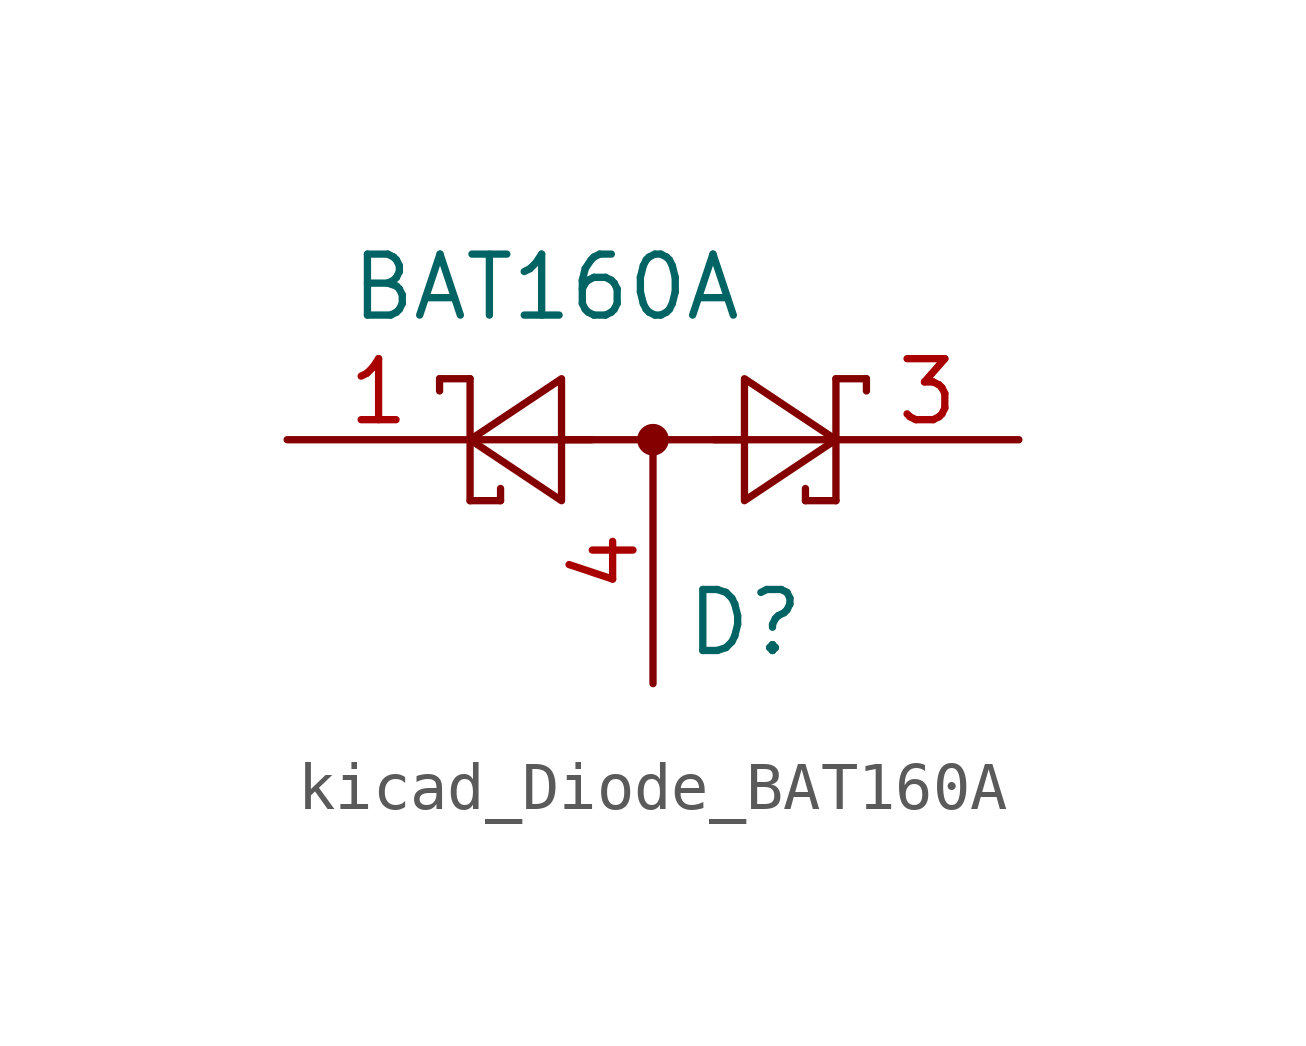
<source format=kicad_sym>
(kicad_symbol_lib
  (version 20220914)
  (generator kicad_symbol_editor)
  (symbol "kicad_Diode_BAT160A"
    (property "Reference" "D"
      (at 0.635 -3.81 0)
      (effects (font (size 1.27 1.27)) (justify left)))
    (property "Value" "BAT160A"
      (at -6.35 3.175 0)
      (effects (font (size 1.27 1.27)) (justify left)))
    (symbol "kicad_Diode_BAT160A_0_1"
      (polyline (pts (xy -4.445 1.27) (xy -4.445 1.016)) (stroke (width 0) (type default)) (fill (type none)))
      (polyline (pts (xy -3.81 -1.27) (xy -3.81 1.27)) (stroke (width 0) (type default)) (fill (type none)))
      (polyline (pts (xy -3.81 -1.27) (xy -3.175 -1.27)) (stroke (width 0) (type default)) (fill (type none)))
      (polyline (pts (xy -3.81 0) (xy -1.27 0)) (stroke (width 0) (type default)) (fill (type none)))
      (polyline (pts (xy -3.81 1.27) (xy -4.445 1.27)) (stroke (width 0) (type default)) (fill (type none)))
      (polyline (pts (xy -3.175 -1.27) (xy -3.175 -1.016)) (stroke (width 0) (type default)) (fill (type none)))
      (polyline (pts (xy -1.905 0) (xy 1.905 0)) (stroke (width 0) (type default)) (fill (type none)))
      (polyline (pts (xy 1.27 0) (xy 3.81 0)) (stroke (width 0) (type default)) (fill (type none)))
      (polyline (pts (xy 3.175 -1.27) (xy 3.175 -1.016)) (stroke (width 0) (type default)) (fill (type none)))
      (polyline (pts (xy 3.81 -1.27) (xy 3.175 -1.27)) (stroke (width 0) (type default)) (fill (type none)))
      (polyline (pts (xy 3.81 -1.27) (xy 3.81 1.27)) (stroke (width 0) (type default)) (fill (type none)))
      (polyline (pts (xy 3.81 1.27) (xy 4.445 1.27)) (stroke (width 0) (type default)) (fill (type none)))
      (polyline (pts (xy 4.445 1.27) (xy 4.445 1.016)) (stroke (width 0) (type default)) (fill (type none)))
      (polyline (pts (xy -1.905 1.27) (xy -1.905 -1.27) (xy -3.81 0) (xy -1.905 1.27)) (stroke (width 0) (type default)) (fill (type none)))
      (polyline (pts (xy 1.905 1.27) (xy 1.905 -1.27) (xy 3.81 0) (xy 1.905 1.27)) (stroke (width 0) (type default)) (fill (type none)))
      (circle (center 0 0) (radius 0.254) (stroke (width 0) (type default)) (fill (type outline))))
    (symbol "kicad_Diode_BAT160A_1_1"
      (pin passive line (at -7.62 0 0) (length 3.81) (name "~" (effects (font (size 1.27 1.27)))) (number "1" (effects (font (size 1.27 1.27)))))
      (pin no_connect line (at 0 0 270) (length 2.54) hide (name "NC" (effects (font (size 1.27 1.27)))) (number "2" (effects (font (size 1.27 1.27)))))
      (pin passive line (at 7.62 0 180) (length 3.81) (name "~" (effects (font (size 1.27 1.27)))) (number "3" (effects (font (size 1.27 1.27)))))
      (pin passive line (at 0 -5.08 90) (length 5.08) (name "~" (effects (font (size 1.27 1.27)))) (number "4" (effects (font (size 1.27 1.27))))))))
</source>
